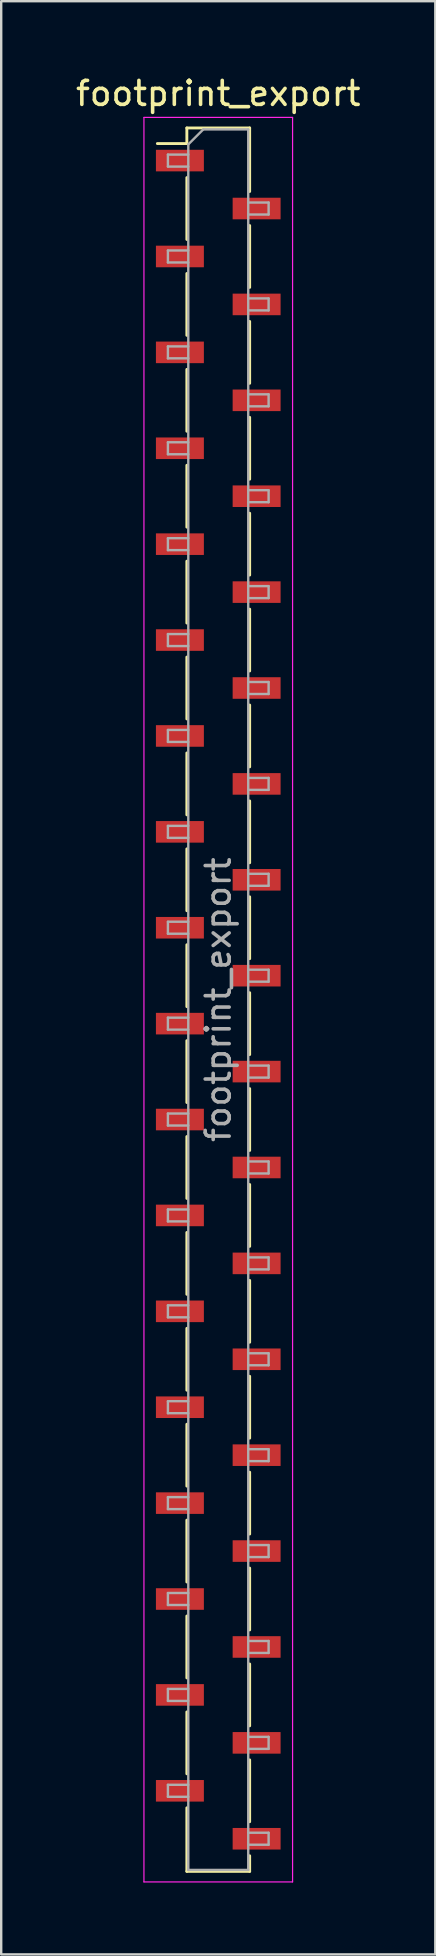
<source format=kicad_pcb>
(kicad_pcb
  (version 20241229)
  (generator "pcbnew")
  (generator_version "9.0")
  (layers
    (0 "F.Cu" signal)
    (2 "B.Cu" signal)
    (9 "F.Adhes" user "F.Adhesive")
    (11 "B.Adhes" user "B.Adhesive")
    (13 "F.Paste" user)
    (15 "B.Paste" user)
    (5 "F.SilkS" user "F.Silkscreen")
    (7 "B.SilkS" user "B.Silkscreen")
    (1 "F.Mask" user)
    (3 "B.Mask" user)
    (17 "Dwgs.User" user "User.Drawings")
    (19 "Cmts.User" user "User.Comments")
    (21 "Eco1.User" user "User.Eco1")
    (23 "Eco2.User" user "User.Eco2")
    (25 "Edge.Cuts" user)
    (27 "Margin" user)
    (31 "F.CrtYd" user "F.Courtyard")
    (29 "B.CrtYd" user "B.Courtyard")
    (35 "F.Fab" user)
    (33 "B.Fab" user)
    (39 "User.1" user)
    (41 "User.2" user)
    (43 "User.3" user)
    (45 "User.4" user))
  (footprint "footprint_export"
    (layer "F.Cu")
    (at 6.054 38.648)
    (property "Reference" "footprint_export" (at 0 -37.8 0) (layer "F.SilkS") (effects (font (size 1 1) (thickness 0.15))))
    (attr smd)
    (fp_line (start -2.54 -35.71) (end -1.31 -35.71) (stroke (width 0.12) (type solid)) (layer "F.SilkS"))
    (fp_line (start -1.31 -36.36) (end -1.31 -35.71) (stroke (width 0.12) (type solid)) (layer "F.SilkS"))
    (fp_line (start -1.31 -36.36) (end 1.31 -36.36) (stroke (width 0.12) (type solid)) (layer "F.SilkS"))
    (fp_line (start -1.31 -34.29) (end -1.31 -31.71) (stroke (width 0.12) (type solid)) (layer "F.SilkS"))
    (fp_line (start -1.31 -30.29) (end -1.31 -27.71) (stroke (width 0.12) (type solid)) (layer "F.SilkS"))
    (fp_line (start -1.31 -26.29) (end -1.31 -23.71) (stroke (width 0.12) (type solid)) (layer "F.SilkS"))
    (fp_line (start -1.31 -22.29) (end -1.31 -19.71) (stroke (width 0.12) (type solid)) (layer "F.SilkS"))
    (fp_line (start -1.31 -18.29) (end -1.31 -15.71) (stroke (width 0.12) (type solid)) (layer "F.SilkS"))
    (fp_line (start -1.31 -14.29) (end -1.31 -11.71) (stroke (width 0.12) (type solid)) (layer "F.SilkS"))
    (fp_line (start -1.31 -10.29) (end -1.31 -7.71) (stroke (width 0.12) (type solid)) (layer "F.SilkS"))
    (fp_line (start -1.31 -6.29) (end -1.31 -3.71) (stroke (width 0.12) (type solid)) (layer "F.SilkS"))
    (fp_line (start -1.31 -2.29) (end -1.31 0.29) (stroke (width 0.12) (type solid)) (layer "F.SilkS"))
    (fp_line (start -1.31 1.71) (end -1.31 4.29) (stroke (width 0.12) (type solid)) (layer "F.SilkS"))
    (fp_line (start -1.31 5.71) (end -1.31 8.29) (stroke (width 0.12) (type solid)) (layer "F.SilkS"))
    (fp_line (start -1.31 9.71) (end -1.31 12.29) (stroke (width 0.12) (type solid)) (layer "F.SilkS"))
    (fp_line (start -1.31 13.71) (end -1.31 16.29) (stroke (width 0.12) (type solid)) (layer "F.SilkS"))
    (fp_line (start -1.31 17.71) (end -1.31 20.29) (stroke (width 0.12) (type solid)) (layer "F.SilkS"))
    (fp_line (start -1.31 21.71) (end -1.31 24.29) (stroke (width 0.12) (type solid)) (layer "F.SilkS"))
    (fp_line (start -1.31 25.71) (end -1.31 28.29) (stroke (width 0.12) (type solid)) (layer "F.SilkS"))
    (fp_line (start -1.31 29.71) (end -1.31 32.29) (stroke (width 0.12) (type solid)) (layer "F.SilkS"))
    (fp_line (start -1.31 33.71) (end -1.31 36.36) (stroke (width 0.12) (type solid)) (layer "F.SilkS"))
    (fp_line (start -1.31 36.36) (end 1.31 36.36) (stroke (width 0.12) (type solid)) (layer "F.SilkS"))
    (fp_line (start 1.31 -36.36) (end 1.31 -33.71) (stroke (width 0.12) (type solid)) (layer "F.SilkS"))
    (fp_line (start 1.31 -32.29) (end 1.31 -29.71) (stroke (width 0.12) (type solid)) (layer "F.SilkS"))
    (fp_line (start 1.31 -28.29) (end 1.31 -25.71) (stroke (width 0.12) (type solid)) (layer "F.SilkS"))
    (fp_line (start 1.31 -24.29) (end 1.31 -21.71) (stroke (width 0.12) (type solid)) (layer "F.SilkS"))
    (fp_line (start 1.31 -20.29) (end 1.31 -17.71) (stroke (width 0.12) (type solid)) (layer "F.SilkS"))
    (fp_line (start 1.31 -16.29) (end 1.31 -13.71) (stroke (width 0.12) (type solid)) (layer "F.SilkS"))
    (fp_line (start 1.31 -12.29) (end 1.31 -9.71) (stroke (width 0.12) (type solid)) (layer "F.SilkS"))
    (fp_line (start 1.31 -8.29) (end 1.31 -5.71) (stroke (width 0.12) (type solid)) (layer "F.SilkS"))
    (fp_line (start 1.31 -4.29) (end 1.31 -1.71) (stroke (width 0.12) (type solid)) (layer "F.SilkS"))
    (fp_line (start 1.31 -0.29) (end 1.31 2.29) (stroke (width 0.12) (type solid)) (layer "F.SilkS"))
    (fp_line (start 1.31 3.71) (end 1.31 6.29) (stroke (width 0.12) (type solid)) (layer "F.SilkS"))
    (fp_line (start 1.31 7.71) (end 1.31 10.29) (stroke (width 0.12) (type solid)) (layer "F.SilkS"))
    (fp_line (start 1.31 11.71) (end 1.31 14.29) (stroke (width 0.12) (type solid)) (layer "F.SilkS"))
    (fp_line (start 1.31 15.71) (end 1.31 18.29) (stroke (width 0.12) (type solid)) (layer "F.SilkS"))
    (fp_line (start 1.31 19.71) (end 1.31 22.29) (stroke (width 0.12) (type solid)) (layer "F.SilkS"))
    (fp_line (start 1.31 23.71) (end 1.31 26.29) (stroke (width 0.12) (type solid)) (layer "F.SilkS"))
    (fp_line (start 1.31 27.71) (end 1.31 30.29) (stroke (width 0.12) (type solid)) (layer "F.SilkS"))
    (fp_line (start 1.31 31.71) (end 1.31 34.29) (stroke (width 0.12) (type solid)) (layer "F.SilkS"))
    (fp_line (start 1.31 35.71) (end 1.31 36.36) (stroke (width 0.12) (type solid)) (layer "F.SilkS"))
    (fp_line (start -3.1 -36.8) (end 3.1 -36.8) (stroke (width 0.05) (type solid)) (layer "F.CrtYd"))
    (fp_line (start -3.1 36.8) (end -3.1 -36.8) (stroke (width 0.05) (type solid)) (layer "F.CrtYd"))
    (fp_line (start 3.1 -36.8) (end 3.1 36.8) (stroke (width 0.05) (type solid)) (layer "F.CrtYd"))
    (fp_line (start 3.1 36.8) (end -3.1 36.8) (stroke (width 0.05) (type solid)) (layer "F.CrtYd"))
    (fp_line (start -2.1 -35.25) (end -1.25 -35.25) (stroke (width 0.1) (type solid)) (layer "F.Fab"))
    (fp_line (start -2.1 -34.75) (end -2.1 -35.25) (stroke (width 0.1) (type solid)) (layer "F.Fab"))
    (fp_line (start -2.1 -31.25) (end -1.25 -31.25) (stroke (width 0.1) (type solid)) (layer "F.Fab"))
    (fp_line (start -2.1 -30.75) (end -2.1 -31.25) (stroke (width 0.1) (type solid)) (layer "F.Fab"))
    (fp_line (start -2.1 -27.25) (end -1.25 -27.25) (stroke (width 0.1) (type solid)) (layer "F.Fab"))
    (fp_line (start -2.1 -26.75) (end -2.1 -27.25) (stroke (width 0.1) (type solid)) (layer "F.Fab"))
    (fp_line (start -2.1 -23.25) (end -1.25 -23.25) (stroke (width 0.1) (type solid)) (layer "F.Fab"))
    (fp_line (start -2.1 -22.75) (end -2.1 -23.25) (stroke (width 0.1) (type solid)) (layer "F.Fab"))
    (fp_line (start -2.1 -19.25) (end -1.25 -19.25) (stroke (width 0.1) (type solid)) (layer "F.Fab"))
    (fp_line (start -2.1 -18.75) (end -2.1 -19.25) (stroke (width 0.1) (type solid)) (layer "F.Fab"))
    (fp_line (start -2.1 -15.25) (end -1.25 -15.25) (stroke (width 0.1) (type solid)) (layer "F.Fab"))
    (fp_line (start -2.1 -14.75) (end -2.1 -15.25) (stroke (width 0.1) (type solid)) (layer "F.Fab"))
    (fp_line (start -2.1 -11.25) (end -1.25 -11.25) (stroke (width 0.1) (type solid)) (layer "F.Fab"))
    (fp_line (start -2.1 -10.75) (end -2.1 -11.25) (stroke (width 0.1) (type solid)) (layer "F.Fab"))
    (fp_line (start -2.1 -7.25) (end -1.25 -7.25) (stroke (width 0.1) (type solid)) (layer "F.Fab"))
    (fp_line (start -2.1 -6.75) (end -2.1 -7.25) (stroke (width 0.1) (type solid)) (layer "F.Fab"))
    (fp_line (start -2.1 -3.25) (end -1.25 -3.25) (stroke (width 0.1) (type solid)) (layer "F.Fab"))
    (fp_line (start -2.1 -2.75) (end -2.1 -3.25) (stroke (width 0.1) (type solid)) (layer "F.Fab"))
    (fp_line (start -2.1 0.75) (end -1.25 0.75) (stroke (width 0.1) (type solid)) (layer "F.Fab"))
    (fp_line (start -2.1 1.25) (end -2.1 0.75) (stroke (width 0.1) (type solid)) (layer "F.Fab"))
    (fp_line (start -2.1 4.75) (end -1.25 4.75) (stroke (width 0.1) (type solid)) (layer "F.Fab"))
    (fp_line (start -2.1 5.25) (end -2.1 4.75) (stroke (width 0.1) (type solid)) (layer "F.Fab"))
    (fp_line (start -2.1 8.75) (end -1.25 8.75) (stroke (width 0.1) (type solid)) (layer "F.Fab"))
    (fp_line (start -2.1 9.25) (end -2.1 8.75) (stroke (width 0.1) (type solid)) (layer "F.Fab"))
    (fp_line (start -2.1 12.75) (end -1.25 12.75) (stroke (width 0.1) (type solid)) (layer "F.Fab"))
    (fp_line (start -2.1 13.25) (end -2.1 12.75) (stroke (width 0.1) (type solid)) (layer "F.Fab"))
    (fp_line (start -2.1 16.75) (end -1.25 16.75) (stroke (width 0.1) (type solid)) (layer "F.Fab"))
    (fp_line (start -2.1 17.25) (end -2.1 16.75) (stroke (width 0.1) (type solid)) (layer "F.Fab"))
    (fp_line (start -2.1 20.75) (end -1.25 20.75) (stroke (width 0.1) (type solid)) (layer "F.Fab"))
    (fp_line (start -2.1 21.25) (end -2.1 20.75) (stroke (width 0.1) (type solid)) (layer "F.Fab"))
    (fp_line (start -2.1 24.75) (end -1.25 24.75) (stroke (width 0.1) (type solid)) (layer "F.Fab"))
    (fp_line (start -2.1 25.25) (end -2.1 24.75) (stroke (width 0.1) (type solid)) (layer "F.Fab"))
    (fp_line (start -2.1 28.75) (end -1.25 28.75) (stroke (width 0.1) (type solid)) (layer "F.Fab"))
    (fp_line (start -2.1 29.25) (end -2.1 28.75) (stroke (width 0.1) (type solid)) (layer "F.Fab"))
    (fp_line (start -2.1 32.75) (end -1.25 32.75) (stroke (width 0.1) (type solid)) (layer "F.Fab"))
    (fp_line (start -2.1 33.25) (end -2.1 32.75) (stroke (width 0.1) (type solid)) (layer "F.Fab"))
    (fp_line (start -1.25 -35.675) (end -0.625 -36.3) (stroke (width 0.1) (type solid)) (layer "F.Fab"))
    (fp_line (start -1.25 -34.75) (end -2.1 -34.75) (stroke (width 0.1) (type solid)) (layer "F.Fab"))
    (fp_line (start -1.25 -30.75) (end -2.1 -30.75) (stroke (width 0.1) (type solid)) (layer "F.Fab"))
    (fp_line (start -1.25 -26.75) (end -2.1 -26.75) (stroke (width 0.1) (type solid)) (layer "F.Fab"))
    (fp_line (start -1.25 -22.75) (end -2.1 -22.75) (stroke (width 0.1) (type solid)) (layer "F.Fab"))
    (fp_line (start -1.25 -18.75) (end -2.1 -18.75) (stroke (width 0.1) (type solid)) (layer "F.Fab"))
    (fp_line (start -1.25 -14.75) (end -2.1 -14.75) (stroke (width 0.1) (type solid)) (layer "F.Fab"))
    (fp_line (start -1.25 -10.75) (end -2.1 -10.75) (stroke (width 0.1) (type solid)) (layer "F.Fab"))
    (fp_line (start -1.25 -6.75) (end -2.1 -6.75) (stroke (width 0.1) (type solid)) (layer "F.Fab"))
    (fp_line (start -1.25 -2.75) (end -2.1 -2.75) (stroke (width 0.1) (type solid)) (layer "F.Fab"))
    (fp_line (start -1.25 1.25) (end -2.1 1.25) (stroke (width 0.1) (type solid)) (layer "F.Fab"))
    (fp_line (start -1.25 5.25) (end -2.1 5.25) (stroke (width 0.1) (type solid)) (layer "F.Fab"))
    (fp_line (start -1.25 9.25) (end -2.1 9.25) (stroke (width 0.1) (type solid)) (layer "F.Fab"))
    (fp_line (start -1.25 13.25) (end -2.1 13.25) (stroke (width 0.1) (type solid)) (layer "F.Fab"))
    (fp_line (start -1.25 17.25) (end -2.1 17.25) (stroke (width 0.1) (type solid)) (layer "F.Fab"))
    (fp_line (start -1.25 21.25) (end -2.1 21.25) (stroke (width 0.1) (type solid)) (layer "F.Fab"))
    (fp_line (start -1.25 25.25) (end -2.1 25.25) (stroke (width 0.1) (type solid)) (layer "F.Fab"))
    (fp_line (start -1.25 29.25) (end -2.1 29.25) (stroke (width 0.1) (type solid)) (layer "F.Fab"))
    (fp_line (start -1.25 33.25) (end -2.1 33.25) (stroke (width 0.1) (type solid)) (layer "F.Fab"))
    (fp_line (start -1.25 36.3) (end -1.25 -35.675) (stroke (width 0.1) (type solid)) (layer "F.Fab"))
    (fp_line (start -0.625 -36.3) (end 1.25 -36.3) (stroke (width 0.1) (type solid)) (layer "F.Fab"))
    (fp_line (start 1.25 -36.3) (end 1.25 36.3) (stroke (width 0.1) (type solid)) (layer "F.Fab"))
    (fp_line (start 1.25 -33.25) (end 2.1 -33.25) (stroke (width 0.1) (type solid)) (layer "F.Fab"))
    (fp_line (start 1.25 -29.25) (end 2.1 -29.25) (stroke (width 0.1) (type solid)) (layer "F.Fab"))
    (fp_line (start 1.25 -25.25) (end 2.1 -25.25) (stroke (width 0.1) (type solid)) (layer "F.Fab"))
    (fp_line (start 1.25 -21.25) (end 2.1 -21.25) (stroke (width 0.1) (type solid)) (layer "F.Fab"))
    (fp_line (start 1.25 -17.25) (end 2.1 -17.25) (stroke (width 0.1) (type solid)) (layer "F.Fab"))
    (fp_line (start 1.25 -13.25) (end 2.1 -13.25) (stroke (width 0.1) (type solid)) (layer "F.Fab"))
    (fp_line (start 1.25 -9.25) (end 2.1 -9.25) (stroke (width 0.1) (type solid)) (layer "F.Fab"))
    (fp_line (start 1.25 -5.25) (end 2.1 -5.25) (stroke (width 0.1) (type solid)) (layer "F.Fab"))
    (fp_line (start 1.25 -1.25) (end 2.1 -1.25) (stroke (width 0.1) (type solid)) (layer "F.Fab"))
    (fp_line (start 1.25 2.75) (end 2.1 2.75) (stroke (width 0.1) (type solid)) (layer "F.Fab"))
    (fp_line (start 1.25 6.75) (end 2.1 6.75) (stroke (width 0.1) (type solid)) (layer "F.Fab"))
    (fp_line (start 1.25 10.75) (end 2.1 10.75) (stroke (width 0.1) (type solid)) (layer "F.Fab"))
    (fp_line (start 1.25 14.75) (end 2.1 14.75) (stroke (width 0.1) (type solid)) (layer "F.Fab"))
    (fp_line (start 1.25 18.75) (end 2.1 18.75) (stroke (width 0.1) (type solid)) (layer "F.Fab"))
    (fp_line (start 1.25 22.75) (end 2.1 22.75) (stroke (width 0.1) (type solid)) (layer "F.Fab"))
    (fp_line (start 1.25 26.75) (end 2.1 26.75) (stroke (width 0.1) (type solid)) (layer "F.Fab"))
    (fp_line (start 1.25 30.75) (end 2.1 30.75) (stroke (width 0.1) (type solid)) (layer "F.Fab"))
    (fp_line (start 1.25 34.75) (end 2.1 34.75) (stroke (width 0.1) (type solid)) (layer "F.Fab"))
    (fp_line (start 1.25 36.3) (end -1.25 36.3) (stroke (width 0.1) (type solid)) (layer "F.Fab"))
    (fp_line (start 2.1 -33.25) (end 2.1 -32.75) (stroke (width 0.1) (type solid)) (layer "F.Fab"))
    (fp_line (start 2.1 -32.75) (end 1.25 -32.75) (stroke (width 0.1) (type solid)) (layer "F.Fab"))
    (fp_line (start 2.1 -29.25) (end 2.1 -28.75) (stroke (width 0.1) (type solid)) (layer "F.Fab"))
    (fp_line (start 2.1 -28.75) (end 1.25 -28.75) (stroke (width 0.1) (type solid)) (layer "F.Fab"))
    (fp_line (start 2.1 -25.25) (end 2.1 -24.75) (stroke (width 0.1) (type solid)) (layer "F.Fab"))
    (fp_line (start 2.1 -24.75) (end 1.25 -24.75) (stroke (width 0.1) (type solid)) (layer "F.Fab"))
    (fp_line (start 2.1 -21.25) (end 2.1 -20.75) (stroke (width 0.1) (type solid)) (layer "F.Fab"))
    (fp_line (start 2.1 -20.75) (end 1.25 -20.75) (stroke (width 0.1) (type solid)) (layer "F.Fab"))
    (fp_line (start 2.1 -17.25) (end 2.1 -16.75) (stroke (width 0.1) (type solid)) (layer "F.Fab"))
    (fp_line (start 2.1 -16.75) (end 1.25 -16.75) (stroke (width 0.1) (type solid)) (layer "F.Fab"))
    (fp_line (start 2.1 -13.25) (end 2.1 -12.75) (stroke (width 0.1) (type solid)) (layer "F.Fab"))
    (fp_line (start 2.1 -12.75) (end 1.25 -12.75) (stroke (width 0.1) (type solid)) (layer "F.Fab"))
    (fp_line (start 2.1 -9.25) (end 2.1 -8.75) (stroke (width 0.1) (type solid)) (layer "F.Fab"))
    (fp_line (start 2.1 -8.75) (end 1.25 -8.75) (stroke (width 0.1) (type solid)) (layer "F.Fab"))
    (fp_line (start 2.1 -5.25) (end 2.1 -4.75) (stroke (width 0.1) (type solid)) (layer "F.Fab"))
    (fp_line (start 2.1 -4.75) (end 1.25 -4.75) (stroke (width 0.1) (type solid)) (layer "F.Fab"))
    (fp_line (start 2.1 -1.25) (end 2.1 -0.75) (stroke (width 0.1) (type solid)) (layer "F.Fab"))
    (fp_line (start 2.1 -0.75) (end 1.25 -0.75) (stroke (width 0.1) (type solid)) (layer "F.Fab"))
    (fp_line (start 2.1 2.75) (end 2.1 3.25) (stroke (width 0.1) (type solid)) (layer "F.Fab"))
    (fp_line (start 2.1 3.25) (end 1.25 3.25) (stroke (width 0.1) (type solid)) (layer "F.Fab"))
    (fp_line (start 2.1 6.75) (end 2.1 7.25) (stroke (width 0.1) (type solid)) (layer "F.Fab"))
    (fp_line (start 2.1 7.25) (end 1.25 7.25) (stroke (width 0.1) (type solid)) (layer "F.Fab"))
    (fp_line (start 2.1 10.75) (end 2.1 11.25) (stroke (width 0.1) (type solid)) (layer "F.Fab"))
    (fp_line (start 2.1 11.25) (end 1.25 11.25) (stroke (width 0.1) (type solid)) (layer "F.Fab"))
    (fp_line (start 2.1 14.75) (end 2.1 15.25) (stroke (width 0.1) (type solid)) (layer "F.Fab"))
    (fp_line (start 2.1 15.25) (end 1.25 15.25) (stroke (width 0.1) (type solid)) (layer "F.Fab"))
    (fp_line (start 2.1 18.75) (end 2.1 19.25) (stroke (width 0.1) (type solid)) (layer "F.Fab"))
    (fp_line (start 2.1 19.25) (end 1.25 19.25) (stroke (width 0.1) (type solid)) (layer "F.Fab"))
    (fp_line (start 2.1 22.75) (end 2.1 23.25) (stroke (width 0.1) (type solid)) (layer "F.Fab"))
    (fp_line (start 2.1 23.25) (end 1.25 23.25) (stroke (width 0.1) (type solid)) (layer "F.Fab"))
    (fp_line (start 2.1 26.75) (end 2.1 27.25) (stroke (width 0.1) (type solid)) (layer "F.Fab"))
    (fp_line (start 2.1 27.25) (end 1.25 27.25) (stroke (width 0.1) (type solid)) (layer "F.Fab"))
    (fp_line (start 2.1 30.75) (end 2.1 31.25) (stroke (width 0.1) (type solid)) (layer "F.Fab"))
    (fp_line (start 2.1 31.25) (end 1.25 31.25) (stroke (width 0.1) (type solid)) (layer "F.Fab"))
    (fp_line (start 2.1 34.75) (end 2.1 35.25) (stroke (width 0.1) (type solid)) (layer "F.Fab"))
    (fp_line (start 2.1 35.25) (end 1.25 35.25) (stroke (width 0.1) (type solid)) (layer "F.Fab"))
    (fp_text user "${REFERENCE}" (at 0 0 90) (layer "F.Fab") (effects (font (size 1 1) (thickness 0.15))))
    (pad "1" smd rect (at -1.6 -35) (size 2 0.9) (layers "F.Cu" "F.Mask" "F.Paste"))
    (pad "2" smd rect (at 1.6 -33) (size 2 0.9) (layers "F.Cu" "F.Mask" "F.Paste"))
    (pad "3" smd rect (at -1.6 -31) (size 2 0.9) (layers "F.Cu" "F.Mask" "F.Paste"))
    (pad "4" smd rect (at 1.6 -29) (size 2 0.9) (layers "F.Cu" "F.Mask" "F.Paste"))
    (pad "5" smd rect (at -1.6 -27) (size 2 0.9) (layers "F.Cu" "F.Mask" "F.Paste"))
    (pad "6" smd rect (at 1.6 -25) (size 2 0.9) (layers "F.Cu" "F.Mask" "F.Paste"))
    (pad "7" smd rect (at -1.6 -23) (size 2 0.9) (layers "F.Cu" "F.Mask" "F.Paste"))
    (pad "8" smd rect (at 1.6 -21) (size 2 0.9) (layers "F.Cu" "F.Mask" "F.Paste"))
    (pad "9" smd rect (at -1.6 -19) (size 2 0.9) (layers "F.Cu" "F.Mask" "F.Paste"))
    (pad "10" smd rect (at 1.6 -17) (size 2 0.9) (layers "F.Cu" "F.Mask" "F.Paste"))
    (pad "11" smd rect (at -1.6 -15) (size 2 0.9) (layers "F.Cu" "F.Mask" "F.Paste"))
    (pad "12" smd rect (at 1.6 -13) (size 2 0.9) (layers "F.Cu" "F.Mask" "F.Paste"))
    (pad "13" smd rect (at -1.6 -11) (size 2 0.9) (layers "F.Cu" "F.Mask" "F.Paste"))
    (pad "14" smd rect (at 1.6 -9) (size 2 0.9) (layers "F.Cu" "F.Mask" "F.Paste"))
    (pad "15" smd rect (at -1.6 -7) (size 2 0.9) (layers "F.Cu" "F.Mask" "F.Paste"))
    (pad "16" smd rect (at 1.6 -5) (size 2 0.9) (layers "F.Cu" "F.Mask" "F.Paste"))
    (pad "17" smd rect (at -1.6 -3) (size 2 0.9) (layers "F.Cu" "F.Mask" "F.Paste"))
    (pad "18" smd rect (at 1.6 -1) (size 2 0.9) (layers "F.Cu" "F.Mask" "F.Paste"))
    (pad "19" smd rect (at -1.6 1) (size 2 0.9) (layers "F.Cu" "F.Mask" "F.Paste"))
    (pad "20" smd rect (at 1.6 3) (size 2 0.9) (layers "F.Cu" "F.Mask" "F.Paste"))
    (pad "21" smd rect (at -1.6 5) (size 2 0.9) (layers "F.Cu" "F.Mask" "F.Paste"))
    (pad "22" smd rect (at 1.6 7) (size 2 0.9) (layers "F.Cu" "F.Mask" "F.Paste"))
    (pad "23" smd rect (at -1.6 9) (size 2 0.9) (layers "F.Cu" "F.Mask" "F.Paste"))
    (pad "24" smd rect (at 1.6 11) (size 2 0.9) (layers "F.Cu" "F.Mask" "F.Paste"))
    (pad "25" smd rect (at -1.6 13) (size 2 0.9) (layers "F.Cu" "F.Mask" "F.Paste"))
    (pad "26" smd rect (at 1.6 15) (size 2 0.9) (layers "F.Cu" "F.Mask" "F.Paste"))
    (pad "27" smd rect (at -1.6 17) (size 2 0.9) (layers "F.Cu" "F.Mask" "F.Paste"))
    (pad "28" smd rect (at 1.6 19) (size 2 0.9) (layers "F.Cu" "F.Mask" "F.Paste"))
    (pad "29" smd rect (at -1.6 21) (size 2 0.9) (layers "F.Cu" "F.Mask" "F.Paste"))
    (pad "30" smd rect (at 1.6 23) (size 2 0.9) (layers "F.Cu" "F.Mask" "F.Paste"))
    (pad "31" smd rect (at -1.6 25) (size 2 0.9) (layers "F.Cu" "F.Mask" "F.Paste"))
    (pad "32" smd rect (at 1.6 27) (size 2 0.9) (layers "F.Cu" "F.Mask" "F.Paste"))
    (pad "33" smd rect (at -1.6 29) (size 2 0.9) (layers "F.Cu" "F.Mask" "F.Paste"))
    (pad "34" smd rect (at 1.6 31) (size 2 0.9) (layers "F.Cu" "F.Mask" "F.Paste"))
    (pad "35" smd rect (at -1.6 33) (size 2 0.9) (layers "F.Cu" "F.Mask" "F.Paste"))
    (pad "36" smd rect (at 1.6 35) (size 2 0.9) (layers "F.Cu" "F.Mask" "F.Paste")))
  (gr_rect
    (start -3 -3)
    (end 15.107 78.473)
    (stroke (width 0.1) (type default))
    (fill no)
    (layer "Edge.Cuts")))
</source>
